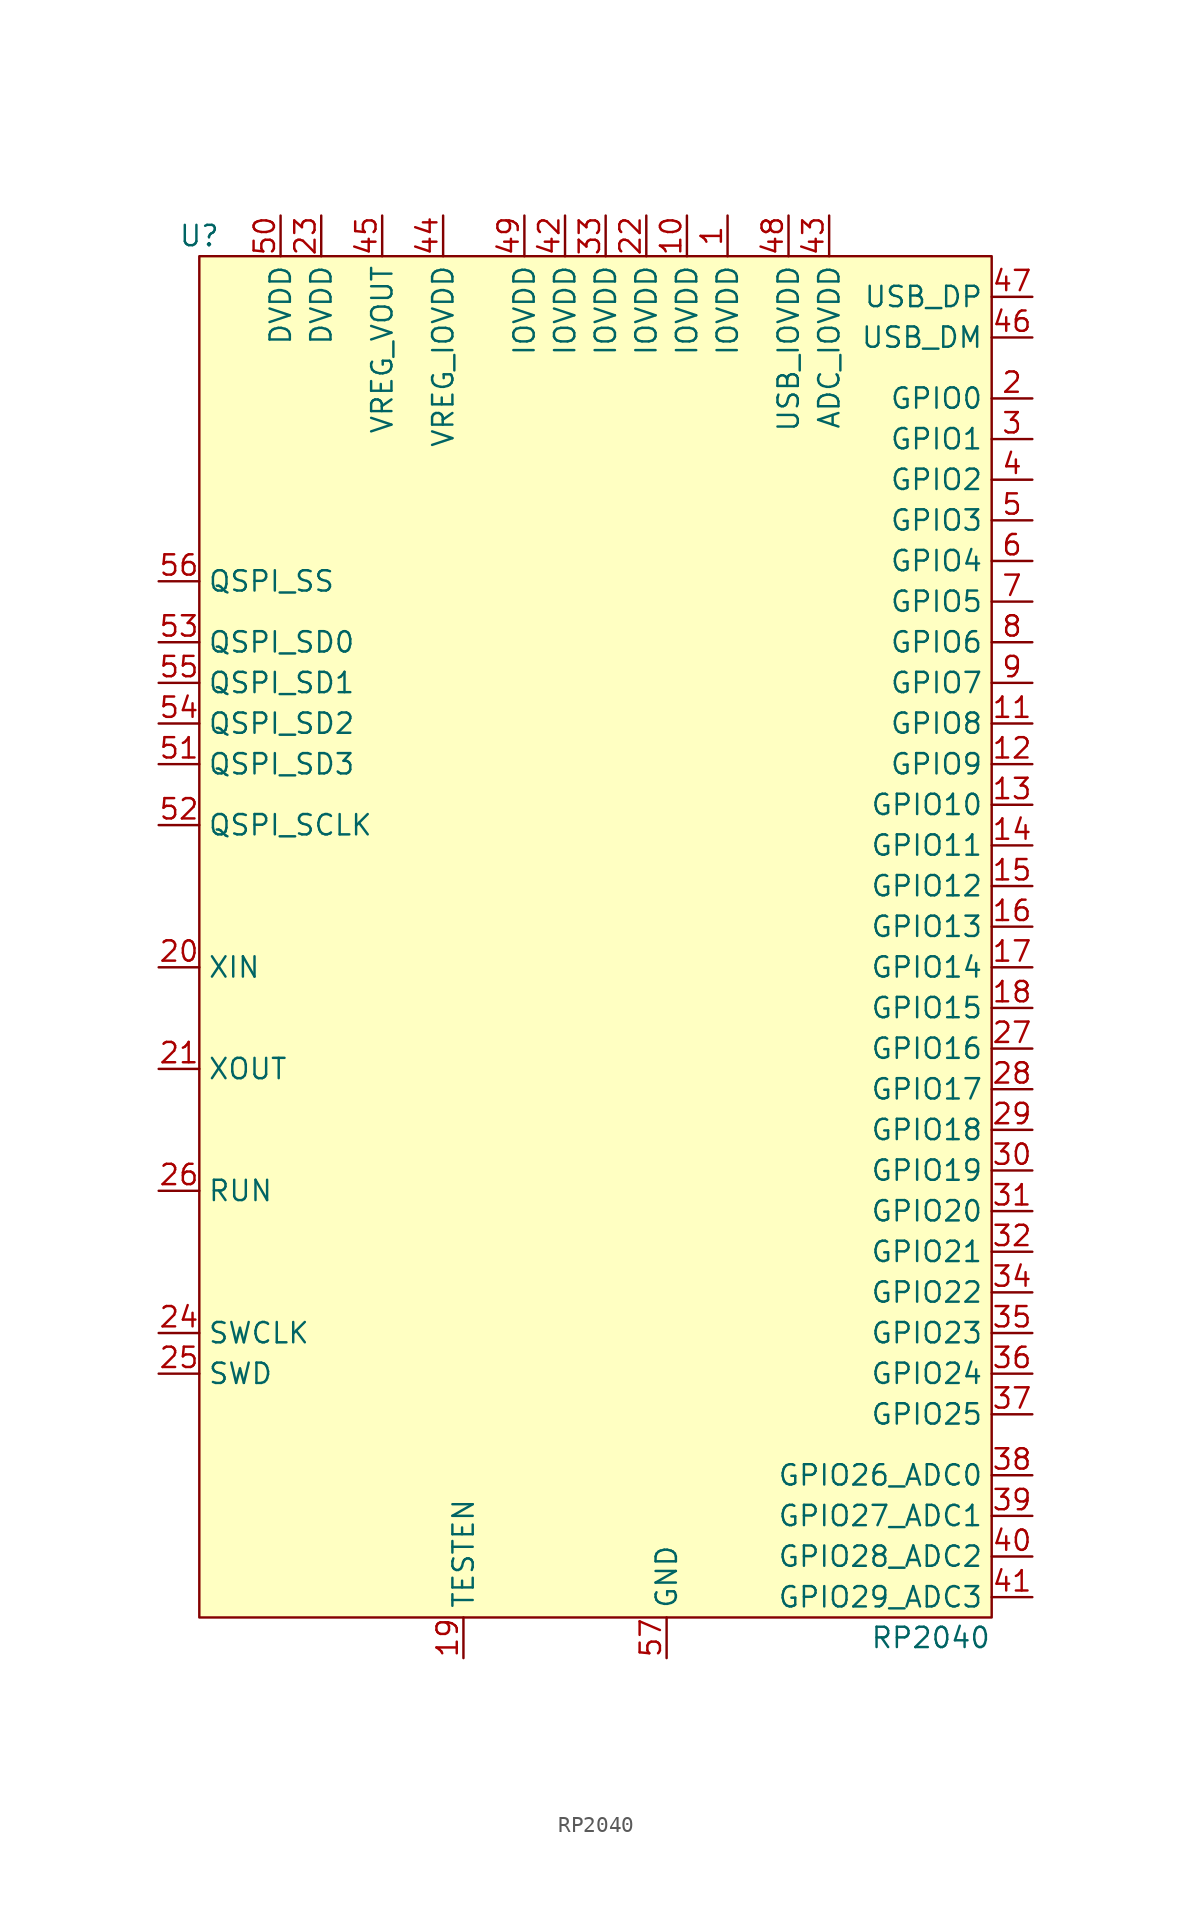
<source format=kicad_sym>
(kicad_symbol_lib
  (version 20211014)
  (generator kicad_symbol_editor)
  (symbol "RP2040"
    (property "Reference" "U"
      (at -24.13 45.72 0)
      (effects (font (size 1.27 1.27))))
    (property "Value" "RP2040"
      (at 21.59 -41.91 0)
      (effects (font (size 1.27 1.27))))
    (symbol "RP2040_0_1"
      (rectangle (start 25.4 44.45) (end -24.13 -40.64) (stroke (width 0) (type default) (color 0 0 0 0)) (fill (type background))))
    (symbol "RP2040_1_1"
      (pin power_in line (at 8.89 46.99 270) (length 2.54) (name "IOVDD" (effects (font (size 1.27 1.27)))) (number "1" (effects (font (size 1.27 1.27)))))
      (pin power_in line (at 6.35 46.99 270) (length 2.54) (name "IOVDD" (effects (font (size 1.27 1.27)))) (number "10" (effects (font (size 1.27 1.27)))))
      (pin bidirectional line (at 27.94 15.24 180) (length 2.54) (name "GPIO8" (effects (font (size 1.27 1.27)))) (number "11" (effects (font (size 1.27 1.27)))))
      (pin bidirectional line (at 27.94 12.7 180) (length 2.54) (name "GPIO9" (effects (font (size 1.27 1.27)))) (number "12" (effects (font (size 1.27 1.27)))))
      (pin bidirectional line (at 27.94 10.16 180) (length 2.54) (name "GPIO10" (effects (font (size 1.27 1.27)))) (number "13" (effects (font (size 1.27 1.27)))))
      (pin bidirectional line (at 27.94 7.62 180) (length 2.54) (name "GPIO11" (effects (font (size 1.27 1.27)))) (number "14" (effects (font (size 1.27 1.27)))))
      (pin bidirectional line (at 27.94 5.08 180) (length 2.54) (name "GPIO12" (effects (font (size 1.27 1.27)))) (number "15" (effects (font (size 1.27 1.27)))))
      (pin bidirectional line (at 27.94 2.54 180) (length 2.54) (name "GPIO13" (effects (font (size 1.27 1.27)))) (number "16" (effects (font (size 1.27 1.27)))))
      (pin bidirectional line (at 27.94 0 180) (length 2.54) (name "GPIO14" (effects (font (size 1.27 1.27)))) (number "17" (effects (font (size 1.27 1.27)))))
      (pin bidirectional line (at 27.94 -2.54 180) (length 2.54) (name "GPIO15" (effects (font (size 1.27 1.27)))) (number "18" (effects (font (size 1.27 1.27)))))
      (pin input line (at -7.62 -43.18 90) (length 2.54) (name "TESTEN" (effects (font (size 1.27 1.27)))) (number "19" (effects (font (size 1.27 1.27)))))
      (pin bidirectional line (at 27.94 35.56 180) (length 2.54) (name "GPIO0" (effects (font (size 1.27 1.27)))) (number "2" (effects (font (size 1.27 1.27)))))
      (pin input line (at -26.67 0 0) (length 2.54) (name "XIN" (effects (font (size 1.27 1.27)))) (number "20" (effects (font (size 1.27 1.27)))))
      (pin input line (at -26.67 -6.35 0) (length 2.54) (name "XOUT" (effects (font (size 1.27 1.27)))) (number "21" (effects (font (size 1.27 1.27)))))
      (pin power_in line (at 3.81 46.99 270) (length 2.54) (name "IOVDD" (effects (font (size 1.27 1.27)))) (number "22" (effects (font (size 1.27 1.27)))))
      (pin power_in line (at -16.51 46.99 270) (length 2.54) (name "DVDD" (effects (font (size 1.27 1.27)))) (number "23" (effects (font (size 1.27 1.27)))))
      (pin input line (at -26.67 -22.86 0) (length 2.54) (name "SWCLK" (effects (font (size 1.27 1.27)))) (number "24" (effects (font (size 1.27 1.27)))))
      (pin input line (at -26.67 -25.4 0) (length 2.54) (name "SWD" (effects (font (size 1.27 1.27)))) (number "25" (effects (font (size 1.27 1.27)))))
      (pin input line (at -26.67 -13.97 0) (length 2.54) (name "RUN" (effects (font (size 1.27 1.27)))) (number "26" (effects (font (size 1.27 1.27)))))
      (pin bidirectional line (at 27.94 -5.08 180) (length 2.54) (name "GPIO16" (effects (font (size 1.27 1.27)))) (number "27" (effects (font (size 1.27 1.27)))))
      (pin bidirectional line (at 27.94 -7.62 180) (length 2.54) (name "GPIO17" (effects (font (size 1.27 1.27)))) (number "28" (effects (font (size 1.27 1.27)))))
      (pin bidirectional line (at 27.94 -10.16 180) (length 2.54) (name "GPIO18" (effects (font (size 1.27 1.27)))) (number "29" (effects (font (size 1.27 1.27)))))
      (pin bidirectional line (at 27.94 33.02 180) (length 2.54) (name "GPIO1" (effects (font (size 1.27 1.27)))) (number "3" (effects (font (size 1.27 1.27)))))
      (pin bidirectional line (at 27.94 -12.7 180) (length 2.54) (name "GPIO19" (effects (font (size 1.27 1.27)))) (number "30" (effects (font (size 1.27 1.27)))))
      (pin bidirectional line (at 27.94 -15.24 180) (length 2.54) (name "GPIO20" (effects (font (size 1.27 1.27)))) (number "31" (effects (font (size 1.27 1.27)))))
      (pin bidirectional line (at 27.94 -17.78 180) (length 2.54) (name "GPIO21" (effects (font (size 1.27 1.27)))) (number "32" (effects (font (size 1.27 1.27)))))
      (pin power_in line (at 1.27 46.99 270) (length 2.54) (name "IOVDD" (effects (font (size 1.27 1.27)))) (number "33" (effects (font (size 1.27 1.27)))))
      (pin bidirectional line (at 27.94 -20.32 180) (length 2.54) (name "GPIO22" (effects (font (size 1.27 1.27)))) (number "34" (effects (font (size 1.27 1.27)))))
      (pin bidirectional line (at 27.94 -22.86 180) (length 2.54) (name "GPIO23" (effects (font (size 1.27 1.27)))) (number "35" (effects (font (size 1.27 1.27)))))
      (pin bidirectional line (at 27.94 -25.4 180) (length 2.54) (name "GPIO24" (effects (font (size 1.27 1.27)))) (number "36" (effects (font (size 1.27 1.27)))))
      (pin bidirectional line (at 27.94 -27.94 180) (length 2.54) (name "GPIO25" (effects (font (size 1.27 1.27)))) (number "37" (effects (font (size 1.27 1.27)))))
      (pin bidirectional line (at 27.94 -31.75 180) (length 2.54) (name "GPIO26_ADC0" (effects (font (size 1.27 1.27)))) (number "38" (effects (font (size 1.27 1.27)))))
      (pin bidirectional line (at 27.94 -34.29 180) (length 2.54) (name "GPIO27_ADC1" (effects (font (size 1.27 1.27)))) (number "39" (effects (font (size 1.27 1.27)))))
      (pin bidirectional line (at 27.94 30.48 180) (length 2.54) (name "GPIO2" (effects (font (size 1.27 1.27)))) (number "4" (effects (font (size 1.27 1.27)))))
      (pin bidirectional line (at 27.94 -36.83 180) (length 2.54) (name "GPIO28_ADC2" (effects (font (size 1.27 1.27)))) (number "40" (effects (font (size 1.27 1.27)))))
      (pin bidirectional line (at 27.94 -39.37 180) (length 2.54) (name "GPIO29_ADC3" (effects (font (size 1.27 1.27)))) (number "41" (effects (font (size 1.27 1.27)))))
      (pin power_in line (at -1.27 46.99 270) (length 2.54) (name "IOVDD" (effects (font (size 1.27 1.27)))) (number "42" (effects (font (size 1.27 1.27)))))
      (pin power_in line (at 15.24 46.99 270) (length 2.54) (name "ADC_IOVDD" (effects (font (size 1.27 1.27)))) (number "43" (effects (font (size 1.27 1.27)))))
      (pin power_in line (at -8.89 46.99 270) (length 2.54) (name "VREG_IOVDD" (effects (font (size 1.27 1.27)))) (number "44" (effects (font (size 1.27 1.27)))))
      (pin power_out line (at -12.7 46.99 270) (length 2.54) (name "VREG_VOUT" (effects (font (size 1.27 1.27)))) (number "45" (effects (font (size 1.27 1.27)))))
      (pin input line (at 27.94 39.37 180) (length 2.54) (name "USB_DM" (effects (font (size 1.27 1.27)))) (number "46" (effects (font (size 1.27 1.27)))))
      (pin input line (at 27.94 41.91 180) (length 2.54) (name "USB_DP" (effects (font (size 1.27 1.27)))) (number "47" (effects (font (size 1.27 1.27)))))
      (pin power_in line (at 12.7 46.99 270) (length 2.54) (name "USB_IOVDD" (effects (font (size 1.27 1.27)))) (number "48" (effects (font (size 1.27 1.27)))))
      (pin power_in line (at -3.81 46.99 270) (length 2.54) (name "IOVDD" (effects (font (size 1.27 1.27)))) (number "49" (effects (font (size 1.27 1.27)))))
      (pin bidirectional line (at 27.94 27.94 180) (length 2.54) (name "GPIO3" (effects (font (size 1.27 1.27)))) (number "5" (effects (font (size 1.27 1.27)))))
      (pin power_in line (at -19.05 46.99 270) (length 2.54) (name "DVDD" (effects (font (size 1.27 1.27)))) (number "50" (effects (font (size 1.27 1.27)))))
      (pin bidirectional line (at -26.67 12.7 0) (length 2.54) (name "QSPI_SD3" (effects (font (size 1.27 1.27)))) (number "51" (effects (font (size 1.27 1.27)))))
      (pin bidirectional line (at -26.67 8.89 0) (length 2.54) (name "QSPI_SCLK" (effects (font (size 1.27 1.27)))) (number "52" (effects (font (size 1.27 1.27)))))
      (pin bidirectional line (at -26.67 20.32 0) (length 2.54) (name "QSPI_SD0" (effects (font (size 1.27 1.27)))) (number "53" (effects (font (size 1.27 1.27)))))
      (pin bidirectional line (at -26.67 15.24 0) (length 2.54) (name "QSPI_SD2" (effects (font (size 1.27 1.27)))) (number "54" (effects (font (size 1.27 1.27)))))
      (pin bidirectional line (at -26.67 17.78 0) (length 2.54) (name "QSPI_SD1" (effects (font (size 1.27 1.27)))) (number "55" (effects (font (size 1.27 1.27)))))
      (pin bidirectional line (at -26.67 24.13 0) (length 2.54) (name "QSPI_SS" (effects (font (size 1.27 1.27)))) (number "56" (effects (font (size 1.27 1.27)))))
      (pin power_in line (at 5.08 -43.18 90) (length 2.54) (name "GND" (effects (font (size 1.27 1.27)))) (number "57" (effects (font (size 1.27 1.27)))))
      (pin bidirectional line (at 27.94 25.4 180) (length 2.54) (name "GPIO4" (effects (font (size 1.27 1.27)))) (number "6" (effects (font (size 1.27 1.27)))))
      (pin bidirectional line (at 27.94 22.86 180) (length 2.54) (name "GPIO5" (effects (font (size 1.27 1.27)))) (number "7" (effects (font (size 1.27 1.27)))))
      (pin bidirectional line (at 27.94 20.32 180) (length 2.54) (name "GPIO6" (effects (font (size 1.27 1.27)))) (number "8" (effects (font (size 1.27 1.27)))))
      (pin bidirectional line (at 27.94 17.78 180) (length 2.54) (name "GPIO7" (effects (font (size 1.27 1.27)))) (number "9" (effects (font (size 1.27 1.27))))))))
</source>
